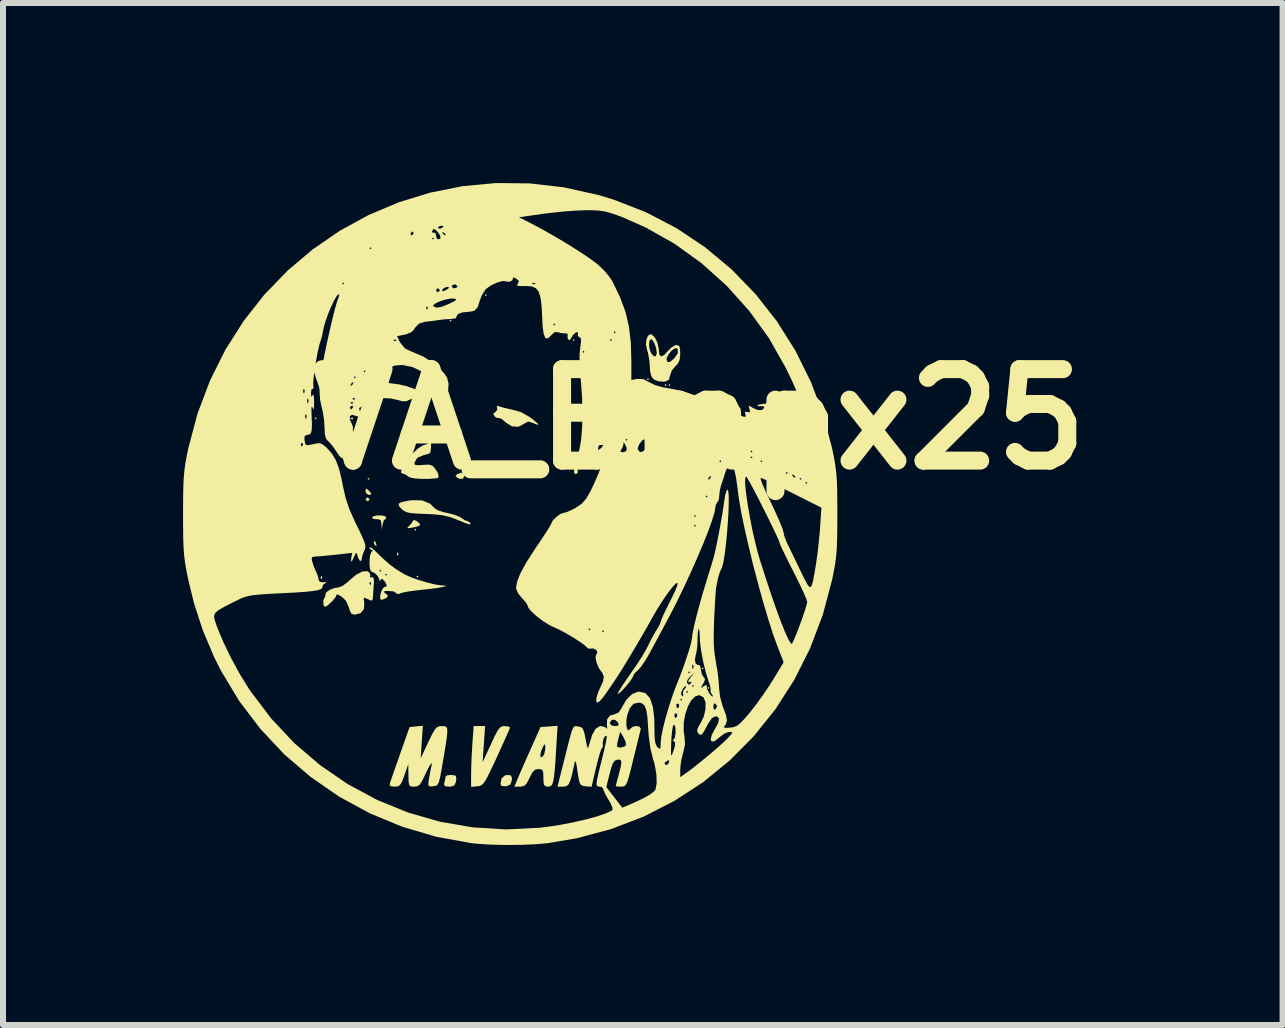
<source format=kicad_pcb>
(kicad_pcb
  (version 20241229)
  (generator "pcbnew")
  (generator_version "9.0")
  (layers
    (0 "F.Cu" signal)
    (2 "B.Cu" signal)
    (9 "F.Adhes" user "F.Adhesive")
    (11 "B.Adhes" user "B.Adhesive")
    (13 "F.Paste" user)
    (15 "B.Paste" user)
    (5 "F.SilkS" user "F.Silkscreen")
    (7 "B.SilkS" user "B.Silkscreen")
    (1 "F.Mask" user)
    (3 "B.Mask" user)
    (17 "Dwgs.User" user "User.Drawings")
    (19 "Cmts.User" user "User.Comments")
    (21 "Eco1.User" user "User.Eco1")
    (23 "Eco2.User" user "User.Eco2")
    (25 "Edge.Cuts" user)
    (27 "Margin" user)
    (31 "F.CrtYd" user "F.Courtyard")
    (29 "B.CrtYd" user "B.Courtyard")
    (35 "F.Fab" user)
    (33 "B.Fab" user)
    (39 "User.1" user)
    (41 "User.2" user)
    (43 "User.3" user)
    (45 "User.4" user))
  (footprint "MVA_Bmpx25"
    (layer "F.Cu")
    (at 7.731 3.936)
    (property "Reference" "MVA_Bmpx25" (at 0 0 0) (layer "F.SilkS") (effects (font (size 1.524 1.524) (thickness 0.3))))
    (attr board_only exclude_from_pos_files exclude_from_bom)
    (fp_poly (pts (xy -5.503 -0.016) (xy -5.52 0) (xy -5.536 -0.016) (xy -5.52 -0.033)) (stroke (width 0) (type solid)) (fill yes) (layer "F.SilkS"))
    (fp_poly (pts (xy -4.624 0.993) (xy -4.64 1.009) (xy -4.657 0.993) (xy -4.64 0.977)) (stroke (width 0) (type solid)) (fill yes) (layer "F.SilkS"))
    (fp_poly (pts (xy -4.526 -0.277) (xy -4.543 -0.261) (xy -4.559 -0.277) (xy -4.543 -0.293)) (stroke (width 0) (type solid)) (fill yes) (layer "F.SilkS"))
    (fp_poly (pts (xy -3.843 1.84) (xy -3.859 1.856) (xy -3.875 1.84) (xy -3.859 1.824)) (stroke (width 0) (type solid)) (fill yes) (layer "F.SilkS"))
    (fp_poly (pts (xy -3.81 2.621) (xy -3.826 2.638) (xy -3.843 2.621) (xy -3.826 2.605)) (stroke (width 0) (type solid)) (fill yes) (layer "F.SilkS"))
    (fp_poly (pts (xy -3.256 -1.644) (xy -3.273 -1.628) (xy -3.289 -1.644) (xy -3.273 -1.661)) (stroke (width 0) (type solid)) (fill yes) (layer "F.SilkS"))
    (fp_poly (pts (xy -2.67 -2.068) (xy -2.687 -2.052) (xy -2.703 -2.068) (xy -2.687 -2.084)) (stroke (width 0) (type solid)) (fill yes) (layer "F.SilkS"))
    (fp_poly (pts (xy -1.205 -1.319) (xy -1.221 -1.303) (xy -1.237 -1.319) (xy -1.221 -1.335)) (stroke (width 0) (type solid)) (fill yes) (layer "F.SilkS"))
    (fp_poly (pts (xy 0.033 -0.668) (xy 0.016 -0.651) (xy 0 -0.668) (xy 0.016 -0.684)) (stroke (width 0) (type solid)) (fill yes) (layer "F.SilkS"))
    (fp_poly (pts (xy 0.326 -0.57) (xy 0.309 -0.554) (xy 0.293 -0.57) (xy 0.309 -0.586)) (stroke (width 0) (type solid)) (fill yes) (layer "F.SilkS"))
    (fp_poly (pts (xy 0.391 -0.57) (xy 0.374 -0.554) (xy 0.358 -0.57) (xy 0.374 -0.586)) (stroke (width 0) (type solid)) (fill yes) (layer "F.SilkS"))
    (fp_poly (pts (xy 0.944 4.152) (xy 0.928 4.168) (xy 0.912 4.152) (xy 0.928 4.136)) (stroke (width 0) (type solid)) (fill yes) (layer "F.SilkS"))
    (fp_poly (pts (xy 1.042 4.478) (xy 1.026 4.494) (xy 1.009 4.478) (xy 1.026 4.461)) (stroke (width 0) (type solid)) (fill yes) (layer "F.SilkS"))
    (fp_poly (pts (xy 1.433 -0.179) (xy 1.417 -0.163) (xy 1.4 -0.179) (xy 1.417 -0.195)) (stroke (width 0) (type solid)) (fill yes) (layer "F.SilkS"))
    (fp_poly (pts (xy 1.563 -0.179) (xy 1.547 -0.163) (xy 1.531 -0.179) (xy 1.547 -0.195)) (stroke (width 0) (type solid)) (fill yes) (layer "F.SilkS"))
    (fp_poly (pts (xy -5.416 2.616) (xy -5.413 2.655) (xy -5.416 2.659) (xy -5.436 2.655) (xy -5.438 2.638) (xy -5.426 2.611)) (stroke (width 0) (type solid)) (fill yes) (layer "F.SilkS"))
    (fp_poly (pts (xy -4.895 -0.022) (xy -4.9 -0.002) (xy -4.917 0) (xy -4.944 -0.012) (xy -4.939 -0.022) (xy -4.9 -0.026)) (stroke (width 0) (type solid)) (fill yes) (layer "F.SilkS"))
    (fp_poly (pts (xy -4.146 2.225) (xy -4.143 2.264) (xy -4.146 2.269) (xy -4.166 2.264) (xy -4.168 2.247) (xy -4.156 2.22)) (stroke (width 0) (type solid)) (fill yes) (layer "F.SilkS"))
    (fp_poly (pts (xy -4.527 2.043) (xy -4.515 2.066) (xy -4.507 2.112) (xy -4.529 2.103) (xy -4.544 2.082) (xy -4.554 2.039) (xy -4.55 2.032)) (stroke (width 0) (type solid)) (fill yes) (layer "F.SilkS"))
    (fp_poly (pts (xy -4.961 0.541) (xy -4.966 0.554) (xy -4.995 0.585) (xy -5.001 0.586) (xy -5.014 0.561) (xy -5.015 0.554) (xy -4.99 0.522) (xy -4.98 0.521)) (stroke (width 0) (type solid)) (fill yes) (layer "F.SilkS"))
    (fp_poly (pts (xy -4.625 1.327) (xy -4.624 1.335) (xy -4.649 1.367) (xy -4.657 1.368) (xy -4.688 1.343) (xy -4.689 1.335) (xy -4.664 1.304) (xy -4.657 1.303)) (stroke (width 0) (type solid)) (fill yes) (layer "F.SilkS"))
    (fp_poly (pts (xy -3.712 -0.309) (xy -3.681 -0.28) (xy -3.68 -0.275) (xy -3.705 -0.261) (xy -3.712 -0.261) (xy -3.744 -0.286) (xy -3.745 -0.295) (xy -3.725 -0.314)) (stroke (width 0) (type solid)) (fill yes) (layer "F.SilkS"))
    (fp_poly (pts (xy -4.657 1.168) (xy -4.64 1.184) (xy -4.601 1.229) (xy -4.592 1.246) (xy -4.618 1.258) (xy -4.64 1.259) (xy -4.681 1.232) (xy -4.689 1.197) (xy -4.684 1.155)) (stroke (width 0) (type solid)) (fill yes) (layer "F.SilkS"))
    (fp_poly (pts (xy -3.051 0.915) (xy -3.045 0.944) (xy -3.067 0.992) (xy -3.124 0.994) (xy -3.159 0.976) (xy -3.191 0.946) (xy -3.165 0.917) (xy -3.159 0.912) (xy -3.092 0.89)) (stroke (width 0) (type solid)) (fill yes) (layer "F.SilkS"))
    (fp_poly (pts (xy -2.266 5.937) (xy -2.25 5.98) (xy -2.253 6.016) (xy -2.276 6.086) (xy -2.338 6.114) (xy -2.353 6.116) (xy -2.423 6.111) (xy -2.442 6.078) (xy -2.421 5.98) (xy -2.36 5.932) (xy -2.323 5.927)) (stroke (width 0) (type solid)) (fill yes) (layer "F.SilkS"))
    (fp_poly (pts (xy -3.836 1.699) (xy -3.826 1.706) (xy -3.782 1.745) (xy -3.788 1.771) (xy -3.848 1.793) (xy -3.908 1.805) (xy -3.978 1.816) (xy -3.994 1.808) (xy -3.97 1.784) (xy -3.92 1.73) (xy -3.904 1.7) (xy -3.883 1.677)) (stroke (width 0) (type solid)) (fill yes) (layer "F.SilkS"))
    (fp_poly (pts (xy -3.208 5.933) (xy -3.185 5.944) (xy -3.178 5.985) (xy -3.183 6.041) (xy -3.209 6.101) (xy -3.268 6.121) (xy -3.297 6.122) (xy -3.364 6.116) (xy -3.382 6.087) (xy -3.375 6.049) (xy -3.359 5.981) (xy -3.355 5.951) (xy -3.327 5.933) (xy -3.268 5.927)) (stroke (width 0) (type solid)) (fill yes) (layer "F.SilkS"))
    (fp_poly (pts (xy -4.371 1.613) (xy -4.347 1.629) (xy -4.349 1.659) (xy -4.36 1.661) (xy -4.387 1.689) (xy -4.405 1.75) (xy -4.419 1.84) (xy -4.424 1.748) (xy -4.437 1.683) (xy -4.477 1.665) (xy -4.499 1.667) (xy -4.56 1.661) (xy -4.581 1.642) (xy -4.563 1.618) (xy -4.505 1.604) (xy -4.433 1.602)) (stroke (width 0) (type solid)) (fill yes) (layer "F.SilkS"))
    (fp_poly (pts (xy -2.463 -0.216) (xy -2.456 -0.213) (xy -2.383 -0.19) (xy -2.284 -0.168) (xy -2.263 -0.164) (xy -2.099 -0.119) (xy -1.95 -0.034) (xy -1.878 0.021) (xy -1.817 0.076) (xy -1.81 0.095) (xy -1.858 0.08) (xy -1.903 0.06) (xy -1.975 0.039) (xy -2.031 0.064) (xy -2.046 0.076) (xy -2.143 0.125) (xy -2.251 0.118) (xy -2.352 0.055) (xy -2.361 0.046) (xy -2.42 -0.005) (xy -2.465 -0.021) (xy -2.47 -0.02) (xy -2.512 -0.025) (xy -2.54 -0.049) (xy -2.562 -0.092) (xy -2.529 -0.116) (xy -2.495 -0.158) (xy -2.499 -0.187) (xy -2.503 -0.223)) (stroke (width 0) (type solid)) (fill yes) (layer "F.SilkS"))
    (fp_poly (pts (xy -2.739 5.715) (xy -2.6 5.414) (xy -2.536 5.277) (xy -2.489 5.189) (xy -2.451 5.139) (xy -2.415 5.117) (xy -2.371 5.113) (xy -2.371 5.113) (xy -2.306 5.12) (xy -2.282 5.137) (xy -2.296 5.173) (xy -2.333 5.258) (xy -2.388 5.381) (xy -2.456 5.531) (xy -2.503 5.634) (xy -2.586 5.811) (xy -2.647 5.937) (xy -2.693 6.022) (xy -2.73 6.073) (xy -2.764 6.101) (xy -2.799 6.113) (xy -2.826 6.116) (xy -2.931 6.126) (xy -2.931 5.917) (xy -2.928 5.784) (xy -2.922 5.617) (xy -2.912 5.447) (xy -2.91 5.411) (xy -2.888 5.113) (xy -2.698 5.113)) (stroke (width 0) (type solid)) (fill yes) (layer "F.SilkS"))
    (fp_poly (pts (xy -3.748 1.352) (xy -3.615 1.407) (xy -3.533 1.487) (xy -3.485 1.517) (xy -3.395 1.547) (xy -3.324 1.563) (xy -3.214 1.59) (xy -3.126 1.624) (xy -3.093 1.645) (xy -3.035 1.684) (xy -3.003 1.693) (xy -2.954 1.717) (xy -2.947 1.726) (xy -2.939 1.748) (xy -2.958 1.751) (xy -3.015 1.734) (xy -3.118 1.693) (xy -3.175 1.669) (xy -3.293 1.626) (xy -3.413 1.599) (xy -3.557 1.584) (xy -3.691 1.578) (xy -3.843 1.572) (xy -3.945 1.563) (xy -4.013 1.546) (xy -4.061 1.519) (xy -4.09 1.495) (xy -4.135 1.443) (xy -4.135 1.405) (xy -4.085 1.379) (xy -3.977 1.357) (xy -3.916 1.349)) (stroke (width 0) (type solid)) (fill yes) (layer "F.SilkS"))
    (fp_poly (pts (xy -3.598 0.388) (xy -3.599 0.47) (xy -3.611 0.558) (xy -3.642 0.577) (xy -3.713 0.597) (xy -3.725 0.6) (xy -3.826 0.641) (xy -3.872 0.718) (xy -3.875 0.751) (xy -3.847 0.765) (xy -3.775 0.765) (xy -3.737 0.761) (xy -3.638 0.755) (xy -3.576 0.775) (xy -3.546 0.803) (xy -3.491 0.882) (xy -3.47 0.947) (xy -3.487 0.981) (xy -3.494 0.982) (xy -3.624 0.993) (xy -3.756 0.994) (xy -3.872 0.986) (xy -3.953 0.969) (xy -3.977 0.955) (xy -4.033 0.917) (xy -4.058 0.912) (xy -4.098 0.891) (xy -4.09 0.829) (xy -4.033 0.728) (xy -4.009 0.694) (xy -3.916 0.581) (xy -3.82 0.49) (xy -3.735 0.435) (xy -3.692 0.423) (xy -3.651 0.404) (xy -3.647 0.391) (xy -3.624 0.359) (xy -3.617 0.358)) (stroke (width 0) (type solid)) (fill yes) (layer "F.SilkS"))
    (fp_poly (pts (xy -1.511 5.461) (xy -1.525 5.684) (xy -1.538 5.851) (xy -1.551 5.969) (xy -1.565 6.047) (xy -1.584 6.093) (xy -1.608 6.115) (xy -1.639 6.122) (xy -1.648 6.122) (xy -1.696 6.115) (xy -1.719 6.084) (xy -1.726 6.011) (xy -1.726 5.976) (xy -1.729 5.885) (xy -1.746 5.842) (xy -1.785 5.83) (xy -1.809 5.829) (xy -1.867 5.841) (xy -1.912 5.888) (xy -1.957 5.976) (xy -2.003 6.066) (xy -2.046 6.109) (xy -2.105 6.122) (xy -2.116 6.122) (xy -2.211 6.122) (xy -2.145 5.967) (xy -2.105 5.873) (xy -2.046 5.739) (xy -1.981 5.591) (xy -1.778 5.591) (xy -1.772 5.631) (xy -1.764 5.634) (xy -1.727 5.608) (xy -1.713 5.582) (xy -1.697 5.507) (xy -1.694 5.46) (xy -1.7 5.415) (xy -1.718 5.43) (xy -1.723 5.438) (xy -1.76 5.52) (xy -1.778 5.591) (xy -1.981 5.591) (xy -1.978 5.585) (xy -1.927 5.471) (xy -1.774 5.129) (xy -1.632 5.119) (xy -1.49 5.108)) (stroke (width 0) (type solid)) (fill yes) (layer "F.SilkS"))
    (fp_poly (pts (xy -4.626 2.554) (xy -4.609 2.602) (xy -4.616 2.619) (xy -4.613 2.634) (xy -4.592 2.632) (xy -4.559 2.64) (xy -4.549 2.694) (xy -4.551 2.735) (xy -4.559 2.843) (xy -4.565 2.939) (xy -4.572 3.008) (xy -4.596 3.023) (xy -4.656 2.996) (xy -4.664 2.992) (xy -4.709 2.973) (xy -4.721 2.993) (xy -4.711 3.056) (xy -4.716 3.161) (xy -4.771 3.231) (xy -4.867 3.256) (xy -4.922 3.243) (xy -4.953 3.19) (xy -4.964 3.144) (xy -5.018 3.023) (xy -5.082 2.962) (xy -5.142 2.925) (xy -5.17 2.918) (xy -5.171 2.923) (xy -5.187 2.962) (xy -5.238 3.024) (xy -5.266 3.052) (xy -5.332 3.11) (xy -5.366 3.127) (xy -5.385 3.106) (xy -5.392 3.086) (xy -5.394 3.019) (xy -5.379 2.989) (xy -5.357 2.936) (xy -5.359 2.919) (xy -5.343 2.882) (xy -5.285 2.842) (xy -5.206 2.811) (xy -5.135 2.801) (xy -5.078 2.779) (xy -5.017 2.735) (xy -4.624 2.735) (xy -4.612 2.762) (xy -4.602 2.757) (xy -4.598 2.718) (xy -4.602 2.714) (xy -4.622 2.718) (xy -4.624 2.735) (xy -5.017 2.735) (xy -4.999 2.723) (xy -4.955 2.682) (xy -4.845 2.59) (xy -4.745 2.538) (xy -4.664 2.531)) (stroke (width 0) (type solid)) (fill yes) (layer "F.SilkS"))
    (fp_poly (pts (xy -3.771 5.65) (xy -3.645 5.381) (xy -3.583 5.254) (xy -3.538 5.174) (xy -3.5 5.132) (xy -3.46 5.115) (xy -3.42 5.113) (xy -3.377 5.114) (xy -3.348 5.123) (xy -3.331 5.15) (xy -3.327 5.203) (xy -3.334 5.291) (xy -3.353 5.422) (xy -3.384 5.605) (xy -3.397 5.682) (xy -3.426 5.854) (xy -3.449 5.972) (xy -3.468 6.046) (xy -3.489 6.088) (xy -3.515 6.108) (xy -3.55 6.115) (xy -3.561 6.116) (xy -3.618 6.12) (xy -3.642 6.102) (xy -3.641 6.045) (xy -3.632 5.986) (xy -3.614 5.885) (xy -3.598 5.804) (xy -3.594 5.788) (xy -3.584 5.735) (xy -3.596 5.735) (xy -3.628 5.784) (xy -3.675 5.875) (xy -3.699 5.927) (xy -3.75 6.033) (xy -3.79 6.092) (xy -3.833 6.117) (xy -3.88 6.122) (xy -3.932 6.119) (xy -3.96 6.099) (xy -3.972 6.046) (xy -3.975 5.945) (xy -3.975 5.935) (xy -3.978 5.748) (xy -4.043 5.935) (xy -4.082 6.039) (xy -4.116 6.095) (xy -4.156 6.118) (xy -4.206 6.122) (xy -4.273 6.115) (xy -4.289 6.086) (xy -4.284 6.065) (xy -4.267 6.015) (xy -4.233 5.916) (xy -4.186 5.781) (xy -4.13 5.624) (xy -4.111 5.568) (xy -3.956 5.129) (xy -3.846 5.118) (xy -3.735 5.108)) (stroke (width 0) (type solid)) (fill yes) (layer "F.SilkS"))
    (fp_poly (pts (xy 0.076 -1.414) (xy 0.128 -1.366) (xy 0.172 -1.28) (xy 0.195 -1.182) (xy 0.196 -1.163) (xy 0.207 -1.073) (xy 0.24 -1.045) (xy 0.295 -1.078) (xy 0.336 -1.125) (xy 0.405 -1.194) (xy 0.471 -1.234) (xy 0.49 -1.237) (xy 0.53 -1.227) (xy 0.549 -1.186) (xy 0.554 -1.096) (xy 0.554 -1.093) (xy 0.544 -0.988) (xy 0.51 -0.92) (xy 0.475 -0.887) (xy 0.413 -0.811) (xy 0.385 -0.73) (xy 0.366 -0.66) (xy 0.313 -0.631) (xy 0.277 -0.625) (xy 0.184 -0.634) (xy 0.116 -0.662) (xy 0.074 -0.713) (xy 0.052 -0.797) (xy 0.047 -0.884) (xy 0.036 -1.004) (xy 0.326 -1.004) (xy 0.341 -0.952) (xy 0.386 -0.957) (xy 0.455 -1.016) (xy 0.514 -1.102) (xy 0.511 -1.169) (xy 0.499 -1.183) (xy 0.462 -1.181) (xy 0.41 -1.142) (xy 0.36 -1.083) (xy 0.329 -1.023) (xy 0.326 -1.004) (xy 0.036 -1.004) (xy 0.036 -1.005) (xy 0.014 -1.115) (xy 0.001 -1.156) (xy -0.017 -1.242) (xy 0.034 -1.242) (xy 0.045 -1.162) (xy 0.066 -1.105) (xy 0.111 -1.051) (xy 0.148 -1.051) (xy 0.163 -1.105) (xy 0.151 -1.189) (xy 0.122 -1.27) (xy 0.086 -1.325) (xy 0.066 -1.335) (xy 0.041 -1.308) (xy 0.034 -1.242) (xy -0.017 -1.242) (xy -0.018 -1.244) (xy -0.01 -1.329) (xy 0.018 -1.393) (xy 0.062 -1.417)) (stroke (width 0) (type solid)) (fill yes) (layer "F.SilkS"))
    (fp_poly (pts (xy -4.556 2.17) (xy -4.535 2.19) (xy -4.402 2.319) (xy -4.294 2.414) (xy -4.195 2.489) (xy -4.086 2.557) (xy -4.023 2.593) (xy -3.93 2.634) (xy -3.801 2.68) (xy -3.661 2.721) (xy -3.531 2.753) (xy -3.434 2.768) (xy -3.422 2.768) (xy -3.359 2.772) (xy -3.354 2.781) (xy -3.401 2.795) (xy -3.491 2.811) (xy -3.62 2.828) (xy -3.651 2.831) (xy -3.834 2.851) (xy -3.963 2.868) (xy -4.048 2.883) (xy -4.102 2.897) (xy -4.128 2.91) (xy -4.167 2.911) (xy -4.174 2.901) (xy -4.22 2.869) (xy -4.323 2.861) (xy -4.345 2.862) (xy -4.389 2.869) (xy -4.374 2.89) (xy -4.353 2.906) (xy -4.316 2.941) (xy -4.333 2.968) (xy -4.362 2.987) (xy -4.417 3.008) (xy -4.442 3.001) (xy -4.448 2.95) (xy -4.431 2.88) (xy -4.403 2.819) (xy -4.371 2.792) (xy -4.368 2.792) (xy -4.335 2.784) (xy -4.349 2.736) (xy -4.378 2.693) (xy -4.416 2.656) (xy -4.439 2.676) (xy -4.439 2.677) (xy -4.454 2.702) (xy -4.459 2.676) (xy -4.485 2.615) (xy -4.511 2.589) (xy -4.364 2.589) (xy -4.347 2.605) (xy -4.331 2.589) (xy -4.347 2.573) (xy -4.364 2.589) (xy -4.511 2.589) (xy -4.54 2.56) (xy -4.589 2.54) (xy -4.602 2.524) (xy -4.461 2.524) (xy -4.445 2.54) (xy -4.429 2.524) (xy -4.445 2.507) (xy -4.461 2.524) (xy -4.602 2.524) (xy -4.611 2.512) (xy -4.623 2.442) (xy -4.623 2.354) (xy -4.614 2.27) (xy -4.595 2.214) (xy -4.583 2.203) (xy -4.559 2.189) (xy -4.583 2.184) (xy -4.621 2.156) (xy -4.624 2.141) (xy -4.605 2.135)) (stroke (width 0) (type solid)) (fill yes) (layer "F.SilkS"))
    (fp_poly (pts (xy -1.953 -3.93) (xy -1.382 -3.864) (xy -0.808 -3.736) (xy -0.559 -3.661) (xy -0.018 -3.45) (xy 0.492 -3.184) (xy 0.968 -2.866) (xy 1.408 -2.499) (xy 1.807 -2.088) (xy 2.163 -1.635) (xy 2.472 -1.145) (xy 2.732 -0.62) (xy 2.94 -0.065) (xy 3.085 0.485) (xy 3.115 0.633) (xy 3.137 0.761) (xy 3.153 0.884) (xy 3.163 1.017) (xy 3.169 1.173) (xy 3.171 1.368) (xy 3.172 1.579) (xy 3.171 1.819) (xy 3.168 2.008) (xy 3.162 2.16) (xy 3.151 2.291) (xy 3.135 2.414) (xy 3.111 2.544) (xy 3.085 2.674) (xy 2.928 3.263) (xy 2.716 3.821) (xy 2.452 4.346) (xy 2.139 4.833) (xy 1.78 5.281) (xy 1.378 5.686) (xy 0.936 6.047) (xy 0.457 6.359) (xy -0.057 6.622) (xy -0.601 6.83) (xy -1.174 6.983) (xy -1.66 7.065) (xy -1.859 7.082) (xy -2.098 7.092) (xy -2.354 7.094) (xy -2.605 7.088) (xy -2.827 7.074) (xy -2.931 7.063) (xy -3.517 6.956) (xy -4.081 6.789) (xy -4.62 6.566) (xy -5.129 6.289) (xy -5.605 5.96) (xy -6.044 5.584) (xy -6.441 5.161) (xy -6.794 4.697) (xy -7.098 4.192) (xy -7.216 3.957) (xy -7.402 3.515) (xy -7.481 3.274) (xy -7.214 3.274) (xy -7.207 3.334) (xy -7.179 3.418) (xy -7.165 3.459) (xy -7.064 3.703) (xy -6.934 3.973) (xy -6.785 4.246) (xy -6.63 4.497) (xy -6.611 4.525) (xy -6.264 4.984) (xy -5.875 5.398) (xy -5.448 5.763) (xy -4.988 6.079) (xy -4.499 6.342) (xy -3.986 6.552) (xy -3.455 6.705) (xy -2.908 6.8) (xy -2.352 6.835) (xy -1.789 6.807) (xy -1.658 6.791) (xy -1.442 6.758) (xy -1.225 6.716) (xy -1.02 6.669) (xy -0.839 6.62) (xy -0.695 6.571) (xy -0.598 6.527) (xy -0.575 6.511) (xy -0.576 6.473) (xy -0.606 6.4) (xy -0.638 6.346) (xy -0.689 6.257) (xy -0.722 6.186) (xy -0.727 6.163) (xy -0.754 6.129) (xy -0.755 6.129) (xy -0.678 6.129) (xy -0.545 6.301) (xy -0.412 6.472) (xy -0.296 6.424) (xy -0.194 6.379) (xy -0.074 6.322) (xy -0.028 6.299) (xy 0.062 6.245) (xy 0.126 6.193) (xy 0.142 6.17) (xy 0.162 6.058) (xy 0.158 5.964) (xy 0.554 5.964) (xy 0.659 5.89) (xy 0.732 5.837) (xy 0.836 5.755) (xy 0.955 5.659) (xy 1.009 5.614) (xy 1.128 5.514) (xy 1.239 5.416) (xy 1.324 5.337) (xy 1.349 5.311) (xy 1.407 5.248) (xy 1.422 5.219) (xy 1.397 5.211) (xy 1.372 5.21) (xy 1.3 5.232) (xy 1.223 5.287) (xy 1.218 5.292) (xy 1.134 5.359) (xy 1.08 5.372) (xy 1.06 5.337) (xy 1.079 5.26) (xy 1.122 5.18) (xy 1.186 5.062) (xy 1.201 4.987) (xy 1.167 4.953) (xy 1.142 4.95) (xy 1.081 4.981) (xy 1.016 5.077) (xy 1.005 5.099) (xy 0.951 5.201) (xy 0.913 5.252) (xy 0.882 5.259) (xy 0.85 5.23) (xy 0.849 5.229) (xy 0.834 5.187) (xy 0.855 5.126) (xy 0.894 5.062) (xy 0.947 4.953) (xy 0.975 4.831) (xy 0.975 4.787) (xy 1.107 4.787) (xy 1.114 4.839) (xy 1.138 4.833) (xy 1.146 4.826) (xy 1.169 4.782) (xy 1.146 4.748) (xy 1.117 4.732) (xy 1.107 4.771) (xy 1.107 4.787) (xy 0.975 4.787) (xy 0.975 4.718) (xy 0.944 4.638) (xy 0.938 4.631) (xy 0.871 4.597) (xy 0.803 4.618) (xy 0.738 4.684) (xy 0.682 4.784) (xy 0.639 4.909) (xy 0.613 5.047) (xy 0.611 5.19) (xy 0.624 5.284) (xy 0.634 5.419) (xy 0.603 5.555) (xy 0.572 5.678) (xy 0.555 5.803) (xy 0.554 5.832) (xy 0.554 5.964) (xy 0.158 5.964) (xy 0.156 5.91) (xy 0.126 5.747) (xy 0.123 5.735) (xy 0.293 5.735) (xy 0.311 5.763) (xy 0.347 5.75) (xy 0.369 5.717) (xy 0.368 5.684) (xy 0.34 5.688) (xy 0.298 5.72) (xy 0.293 5.735) (xy 0.123 5.735) (xy 0.098 5.652) (xy 0.062 5.507) (xy 0.4 5.507) (xy 0.4 5.581) (xy 0.406 5.604) (xy 0.42 5.582) (xy 0.442 5.522) (xy 0.442 5.522) (xy 0.469 5.435) (xy 0.467 5.387) (xy 0.448 5.368) (xy 0.429 5.345) (xy 0.44 5.341) (xy 0.462 5.312) (xy 0.475 5.239) (xy 0.477 5.209) (xy 0.472 5.126) (xy 0.454 5.089) (xy 0.447 5.089) (xy 0.43 5.124) (xy 0.416 5.209) (xy 0.406 5.328) (xy 0.404 5.375) (xy 0.4 5.507) (xy 0.062 5.507) (xy 0.057 5.488) (xy 0.029 5.281) (xy 0.019 5.14) (xy 0.007 4.964) (xy -0.012 4.843) (xy -0.042 4.769) (xy -0.086 4.732) (xy -0.147 4.722) (xy -0.226 4.743) (xy -0.286 4.814) (xy -0.327 4.922) (xy -0.343 5.006) (xy -0.344 5.089) (xy -0.334 5.154) (xy -0.315 5.186) (xy -0.29 5.17) (xy -0.288 5.167) (xy -0.242 5.126) (xy -0.18 5.111) (xy -0.126 5.122) (xy -0.103 5.158) (xy -0.105 5.17) (xy -0.118 5.221) (xy -0.143 5.322) (xy -0.177 5.46) (xy -0.217 5.622) (xy -0.23 5.674) (xy -0.273 5.85) (xy -0.306 5.973) (xy -0.332 6.052) (xy -0.356 6.096) (xy -0.381 6.116) (xy -0.413 6.122) (xy -0.43 6.122) (xy -0.496 6.12) (xy -0.521 6.114) (xy -0.513 6.081) (xy -0.493 6.003) (xy -0.472 5.927) (xy -0.439 5.797) (xy -0.427 5.719) (xy -0.436 5.68) (xy -0.468 5.67) (xy -0.495 5.672) (xy -0.536 5.689) (xy -0.569 5.734) (xy -0.6 5.821) (xy -0.622 5.906) (xy -0.678 6.129) (xy -0.755 6.129) (xy -0.787 6.122) (xy -0.818 6.119) (xy -0.836 6.105) (xy -0.841 6.07) (xy -0.832 6.003) (xy -0.808 5.897) (xy -0.77 5.74) (xy -0.751 5.667) (xy -0.715 5.52) (xy -0.693 5.422) (xy -0.499 5.422) (xy -0.494 5.46) (xy -0.461 5.47) (xy -0.44 5.471) (xy -0.375 5.455) (xy -0.35 5.43) (xy -0.356 5.376) (xy -0.389 5.302) (xy -0.391 5.298) (xy -0.447 5.207) (xy -0.481 5.339) (xy -0.499 5.422) (xy -0.693 5.422) (xy -0.688 5.397) (xy -0.673 5.312) (xy -0.671 5.277) (xy -0.699 5.281) (xy -0.725 5.325) (xy -0.738 5.384) (xy -0.736 5.414) (xy -0.735 5.461) (xy -0.746 5.471) (xy -0.763 5.5) (xy -0.79 5.58) (xy -0.822 5.697) (xy -0.847 5.798) (xy -0.924 6.125) (xy -1.024 6.116) (xy -1.076 6.107) (xy -1.109 6.085) (xy -1.129 6.035) (xy -1.147 5.941) (xy -1.157 5.878) (xy -1.174 5.763) (xy -1.187 5.706) (xy -1.198 5.701) (xy -1.209 5.74) (xy -1.214 5.762) (xy -1.249 5.919) (xy -1.278 6.022) (xy -1.306 6.083) (xy -1.339 6.113) (xy -1.383 6.122) (xy -1.398 6.122) (xy -1.491 6.122) (xy -1.395 5.739) (xy -1.341 5.524) (xy -1.301 5.365) (xy -1.27 5.252) (xy -1.247 5.178) (xy -1.227 5.136) (xy -1.208 5.117) (xy -1.187 5.113) (xy -1.16 5.117) (xy -1.147 5.119) (xy -1.097 5.131) (xy -1.066 5.163) (xy -1.043 5.231) (xy -1.024 5.324) (xy -1.004 5.428) (xy -0.99 5.474) (xy -0.978 5.469) (xy -0.964 5.422) (xy -0.913 5.258) (xy -0.855 5.157) (xy -0.787 5.114) (xy -0.768 5.113) (xy -0.7 5.128) (xy -0.67 5.153) (xy -0.662 5.156) (xy -0.668 5.107) (xy -0.669 5.101) (xy -0.668 5.067) (xy -0.619 5.067) (xy -0.59 5.103) (xy -0.536 5.113) (xy -0.479 5.106) (xy -0.475 5.076) (xy -0.488 5.049) (xy -0.534 5.007) (xy -0.587 5.01) (xy -0.618 5.053) (xy -0.619 5.067) (xy -0.668 5.067) (xy -0.665 5) (xy -0.614 4.936) (xy -0.541 4.917) (xy -0.471 4.886) (xy -0.429 4.822) (xy -0.345 4.675) (xy -0.248 4.579) (xy -0.144 4.539) (xy -0.042 4.558) (xy -0.019 4.571) (xy 0.051 4.651) (xy 0.097 4.788) (xy 0.121 4.982) (xy 0.124 5.14) (xy 0.126 5.288) (xy 0.137 5.384) (xy 0.159 5.444) (xy 0.175 5.464) (xy 0.209 5.492) (xy 0.224 5.478) (xy 0.228 5.412) (xy 0.228 5.388) (xy 0.239 5.286) (xy 0.269 5.139) (xy 0.314 4.963) (xy 0.324 4.932) (xy 0.456 4.932) (xy 0.467 4.979) (xy 0.495 4.964) (xy 0.503 4.952) (xy 0.499 4.91) (xy 0.489 4.901) (xy 0.461 4.908) (xy 0.456 4.932) (xy 0.324 4.932) (xy 0.369 4.775) (xy 0.371 4.769) (xy 0.488 4.769) (xy 0.499 4.816) (xy 0.527 4.802) (xy 0.536 4.789) (xy 0.532 4.747) (xy 0.522 4.738) (xy 0.493 4.745) (xy 0.488 4.769) (xy 0.371 4.769) (xy 0.403 4.673) (xy 0.554 4.673) (xy 0.57 4.689) (xy 0.586 4.673) (xy 0.57 4.657) (xy 0.554 4.673) (xy 0.403 4.673) (xy 0.43 4.59) (xy 0.445 4.551) (xy 0.57 4.551) (xy 0.57 4.592) (xy 0.6 4.623) (xy 0.605 4.598) (xy 0.599 4.579) (xy 0.602 4.543) (xy 0.651 4.543) (xy 0.668 4.559) (xy 0.684 4.543) (xy 0.668 4.526) (xy 0.651 4.543) (xy 0.602 4.543) (xy 0.603 4.526) (xy 0.616 4.511) (xy 0.65 4.465) (xy 0.651 4.452) (xy 0.636 4.447) (xy 0.601 4.487) (xy 0.57 4.551) (xy 0.445 4.551) (xy 0.485 4.445) (xy 0.749 4.445) (xy 0.765 4.461) (xy 0.782 4.445) (xy 0.765 4.429) (xy 0.749 4.445) (xy 0.485 4.445) (xy 0.493 4.424) (xy 0.504 4.396) (xy 0.506 4.391) (xy 0.665 4.391) (xy 0.666 4.393) (xy 0.698 4.427) (xy 0.731 4.399) (xy 0.736 4.391) (xy 0.74 4.369) (xy 0.721 4.377) (xy 0.688 4.386) (xy 0.692 4.354) (xy 0.733 4.293) (xy 0.74 4.285) (xy 0.774 4.242) (xy 0.768 4.243) (xy 0.719 4.287) (xy 0.673 4.345) (xy 0.665 4.391) (xy 0.506 4.391) (xy 0.557 4.265) (xy 0.574 4.217) (xy 0.684 4.217) (xy 0.7 4.233) (xy 0.716 4.217) (xy 0.7 4.201) (xy 0.684 4.217) (xy 0.574 4.217) (xy 0.611 4.117) (xy 0.752 4.117) (xy 0.758 4.159) (xy 0.769 4.159) (xy 0.776 4.116) (xy 0.771 4.097) (xy 0.757 4.085) (xy 0.752 4.117) (xy 0.611 4.117) (xy 0.612 4.116) (xy 0.649 4.006) (xy 0.798 4.006) (xy 0.81 4.069) (xy 0.844 4.096) (xy 0.859 4.093) (xy 0.887 4.11) (xy 0.899 4.176) (xy 0.915 4.254) (xy 0.945 4.299) (xy 0.968 4.329) (xy 0.952 4.38) (xy 0.929 4.418) (xy 0.902 4.468) (xy 0.907 4.475) (xy 0.914 4.469) (xy 0.962 4.437) (xy 0.997 4.43) (xy 0.997 4.454) (xy 0.996 4.456) (xy 1.002 4.498) (xy 1.033 4.559) (xy 1.072 4.61) (xy 1.097 4.624) (xy 1.096 4.604) (xy 1.079 4.58) (xy 1.056 4.535) (xy 1.06 4.519) (xy 1.06 4.481) (xy 1.04 4.406) (xy 1.029 4.376) (xy 0.982 4.226) (xy 0.938 4.047) (xy 0.903 3.863) (xy 0.883 3.7) (xy 0.879 3.627) (xy 0.876 3.542) (xy 0.866 3.496) (xy 0.86 3.493) (xy 0.849 3.534) (xy 0.843 3.618) (xy 0.842 3.68) (xy 0.837 3.794) (xy 0.822 3.893) (xy 0.813 3.926) (xy 0.798 4.006) (xy 0.649 4.006) (xy 0.663 3.965) (xy 0.707 3.827) (xy 0.737 3.718) (xy 0.749 3.654) (xy 0.749 3.652) (xy 0.758 3.578) (xy 0.783 3.454) (xy 0.821 3.295) (xy 0.869 3.113) (xy 0.923 2.922) (xy 0.964 2.784) (xy 1.012 2.629) (xy 1.056 2.485) (xy 1.091 2.37) (xy 1.108 2.312) (xy 1.134 2.209) (xy 1.166 2.06) (xy 1.2 1.884) (xy 1.234 1.7) (xy 1.263 1.527) (xy 1.284 1.384) (xy 1.287 1.36) (xy 1.304 1.259) (xy 1.326 1.191) (xy 1.342 1.172) (xy 1.356 1.203) (xy 1.362 1.286) (xy 1.362 1.41) (xy 1.357 1.565) (xy 1.346 1.737) (xy 1.332 1.915) (xy 1.315 2.088) (xy 1.296 2.244) (xy 1.275 2.372) (xy 1.254 2.459) (xy 1.24 2.489) (xy 1.213 2.549) (xy 1.182 2.657) (xy 1.154 2.797) (xy 1.15 2.817) (xy 1.145 2.872) (xy 1.138 2.979) (xy 1.13 3.122) (xy 1.121 3.289) (xy 1.119 3.339) (xy 1.112 3.564) (xy 1.113 3.743) (xy 1.124 3.893) (xy 1.146 4.034) (xy 1.15 4.056) (xy 1.175 4.205) (xy 1.193 4.354) (xy 1.201 4.472) (xy 1.201 4.479) (xy 1.217 4.622) (xy 1.257 4.77) (xy 1.268 4.799) (xy 1.317 4.93) (xy 1.332 5.02) (xy 1.314 5.084) (xy 1.294 5.108) (xy 1.28 5.134) (xy 1.312 5.142) (xy 1.383 5.139) (xy 1.448 5.129) (xy 1.505 5.105) (xy 1.565 5.055) (xy 1.643 4.971) (xy 1.71 4.892) (xy 1.818 4.755) (xy 1.937 4.589) (xy 2.05 4.421) (xy 2.093 4.353) (xy 2.277 4.05) (xy 2.177 3.792) (xy 2.1 3.58) (xy 2.018 3.323) (xy 1.932 3.033) (xy 1.846 2.722) (xy 1.763 2.404) (xy 1.687 2.089) (xy 1.62 1.792) (xy 1.565 1.524) (xy 1.527 1.298) (xy 1.513 1.189) (xy 1.494 1.041) (xy 1.634 1.041) (xy 1.642 1.155) (xy 1.66 1.302) (xy 1.687 1.475) (xy 1.72 1.662) (xy 1.758 1.855) (xy 1.801 2.044) (xy 1.845 2.218) (xy 1.877 2.328) (xy 1.972 2.626) (xy 2.063 2.901) (xy 2.148 3.148) (xy 2.226 3.36) (xy 2.294 3.531) (xy 2.35 3.655) (xy 2.392 3.728) (xy 2.411 3.744) (xy 2.429 3.716) (xy 2.464 3.639) (xy 2.51 3.526) (xy 2.55 3.419) (xy 2.6 3.28) (xy 2.639 3.16) (xy 2.664 3.074) (xy 2.67 3.042) (xy 2.656 2.996) (xy 2.617 2.904) (xy 2.558 2.777) (xy 2.484 2.627) (xy 2.442 2.544) (xy 2.364 2.389) (xy 2.297 2.253) (xy 2.246 2.148) (xy 2.218 2.085) (xy 2.214 2.072) (xy 2.2 2.03) (xy 2.162 1.943) (xy 2.104 1.821) (xy 2.034 1.676) (xy 1.956 1.52) (xy 1.877 1.363) (xy 1.802 1.217) (xy 1.736 1.094) (xy 1.686 1.004) (xy 1.669 0.977) (xy 1.894 0.977) (xy 1.896 1.004) (xy 1.922 1.077) (xy 1.968 1.183) (xy 2.005 1.262) (xy 2.121 1.506) (xy 2.205 1.693) (xy 2.258 1.824) (xy 2.279 1.9) (xy 2.279 1.908) (xy 2.293 1.963) (xy 2.327 2.048) (xy 2.34 2.075) (xy 2.379 2.156) (xy 2.438 2.277) (xy 2.507 2.42) (xy 2.56 2.53) (xy 2.63 2.674) (xy 2.68 2.765) (xy 2.715 2.801) (xy 2.743 2.779) (xy 2.766 2.699) (xy 2.792 2.557) (xy 2.812 2.441) (xy 2.838 2.26) (xy 2.862 2.052) (xy 2.881 1.854) (xy 2.884 1.803) (xy 2.906 1.473) (xy 2.715 1.377) (xy 2.599 1.319) (xy 2.45 1.244) (xy 2.292 1.165) (xy 2.222 1.129) (xy 2.095 1.066) (xy 2.079 1.058) (xy 2.638 1.058) (xy 2.654 1.075) (xy 2.67 1.058) (xy 2.654 1.042) (xy 2.638 1.058) (xy 2.079 1.058) (xy 1.988 1.015) (xy 1.937 0.993) (xy 2.54 0.993) (xy 2.556 1.009) (xy 2.573 0.993) (xy 2.556 0.977) (xy 2.54 0.993) (xy 1.937 0.993) (xy 1.917 0.984) (xy 1.894 0.977) (xy 1.669 0.977) (xy 1.658 0.959) (xy 1.655 0.957) (xy 1.638 0.972) (xy 1.634 1.041) (xy 1.494 1.041) (xy 1.487 0.993) (xy 1.473 0.921) (xy 2.415 0.921) (xy 2.423 0.939) (xy 2.456 0.974) (xy 2.475 0.967) (xy 2.475 0.963) (xy 2.452 0.935) (xy 2.437 0.925) (xy 2.415 0.921) (xy 1.473 0.921) (xy 1.467 0.896) (xy 2.312 0.896) (xy 2.328 0.912) (xy 2.345 0.896) (xy 2.328 0.879) (xy 2.312 0.896) (xy 1.467 0.896) (xy 1.459 0.858) (xy 1.427 0.78) (xy 1.397 0.756) (xy 1.354 0.776) (xy 1.315 0.855) (xy 1.305 0.886) (xy 1.272 0.991) (xy 1.241 1.082) (xy 1.234 1.101) (xy 1.212 1.192) (xy 1.205 1.27) (xy 1.195 1.344) (xy 1.172 1.384) (xy 1.145 1.43) (xy 1.14 1.466) (xy 1.126 1.55) (xy 1.085 1.684) (xy 1.022 1.859) (xy 0.94 2.068) (xy 0.841 2.301) (xy 0.73 2.552) (xy 0.61 2.81) (xy 0.488 3.061) (xy 0.443 3.149) (xy 0.376 3.277) (xy 0.284 3.45) (xy 0.165 3.672) (xy 0.042 3.901) (xy -0.027 4.018) (xy -0.094 4.117) (xy -0.148 4.18) (xy -0.157 4.187) (xy -0.211 4.238) (xy -0.229 4.276) (xy -0.248 4.316) (xy -0.292 4.379) (xy -0.351 4.451) (xy -0.411 4.517) (xy -0.461 4.565) (xy -0.487 4.578) (xy -0.488 4.574) (xy -0.47 4.535) (xy -0.422 4.456) (xy -0.35 4.348) (xy -0.269 4.232) (xy -0.173 4.093) (xy -0.085 3.957) (xy -0.017 3.841) (xy 0.016 3.777) (xy 0.073 3.662) (xy 0.136 3.55) (xy 0.154 3.521) (xy 0.201 3.442) (xy 0.226 3.385) (xy 0.228 3.375) (xy 0.242 3.332) (xy 0.28 3.247) (xy 0.334 3.136) (xy 0.354 3.095) (xy 0.416 2.971) (xy 0.468 2.86) (xy 0.501 2.781) (xy 0.505 2.768) (xy 0.509 2.727) (xy 0.485 2.734) (xy 0.437 2.782) (xy 0.372 2.862) (xy 0.296 2.969) (xy 0.214 3.094) (xy 0.132 3.23) (xy 0.079 3.323) (xy 0.005 3.456) (xy -0.086 3.614) (xy -0.186 3.785) (xy -0.289 3.957) (xy -0.386 4.117) (xy -0.473 4.256) (xy -0.54 4.359) (xy -0.577 4.412) (xy -0.611 4.461) (xy -0.66 4.535) (xy -0.666 4.543) (xy -0.739 4.645) (xy -0.799 4.708) (xy -0.828 4.722) (xy -0.847 4.696) (xy -0.839 4.627) (xy -0.808 4.534) (xy -0.782 4.478) (xy -0.732 4.366) (xy -0.72 4.288) (xy -0.745 4.225) (xy -0.766 4.2) (xy -0.81 4.132) (xy -0.843 4.047) (xy -0.858 3.971) (xy -0.848 3.925) (xy -0.846 3.923) (xy -0.826 3.885) (xy -0.848 3.842) (xy -0.895 3.819) (xy -0.916 3.821) (xy -0.974 3.822) (xy -0.993 3.81) (xy -1.038 3.767) (xy -1.124 3.705) (xy -1.234 3.634) (xy -1.353 3.564) (xy -1.41 3.533) (xy -0.749 3.533) (xy -0.733 3.549) (xy -0.716 3.533) (xy -0.733 3.517) (xy -0.749 3.533) (xy -1.41 3.533) (xy -1.463 3.505) (xy -1.474 3.501) (xy -0.977 3.501) (xy -0.961 3.517) (xy -0.944 3.501) (xy -0.961 3.484) (xy -0.977 3.501) (xy -1.474 3.501) (xy -1.536 3.473) (xy -1.633 3.426) (xy -1.741 3.357) (xy -1.844 3.278) (xy -1.928 3.201) (xy -1.979 3.137) (xy -1.986 3.113) (xy -2.008 3.067) (xy -2.063 3.001) (xy -2.084 2.98) (xy -2.146 2.903) (xy -2.18 2.827) (xy -2.182 2.811) (xy -2.164 2.703) (xy -2.108 2.564) (xy -2.013 2.39) (xy -1.875 2.174) (xy -1.833 2.112) (xy -1.744 1.98) (xy -1.67 1.867) (xy -1.619 1.784) (xy -1.614 1.775) (xy 0.782 1.775) (xy 0.798 1.791) (xy 0.814 1.775) (xy 0.798 1.758) (xy 0.782 1.775) (xy -1.614 1.775) (xy -1.596 1.742) (xy -1.596 1.74) (xy -1.571 1.689) (xy -1.513 1.629) (xy -1.49 1.612) (xy 0.782 1.612) (xy 0.798 1.628) (xy 0.814 1.612) (xy 0.798 1.596) (xy 0.782 1.612) (xy -1.49 1.612) (xy -1.446 1.58) (xy -1.399 1.563) (xy -1.34 1.548) (xy -1.25 1.509) (xy -1.191 1.478) (xy -1.09 1.409) (xy -1.013 1.323) (xy -0.992 1.286) (xy 0.977 1.286) (xy 0.993 1.303) (xy 1.009 1.286) (xy 0.993 1.27) (xy 0.977 1.286) (xy -0.992 1.286) (xy -0.943 1.201) (xy -0.878 1.065) (xy -0.853 1.007) (xy 1.017 1.007) (xy 1.022 1.009) (xy 1.052 0.987) (xy 1.058 0.977) (xy 1.067 0.946) (xy 1.062 0.944) (xy 1.032 0.967) (xy 1.026 0.977) (xy 1.017 1.007) (xy -0.853 1.007) (xy -0.818 0.926) (xy -0.768 0.799) (xy -0.735 0.7) (xy 1.205 0.7) (xy 1.221 0.716) (xy 1.237 0.7) (xy 1.889 0.7) (xy 1.905 0.716) (xy 1.921 0.7) (xy 1.905 0.684) (xy 1.889 0.7) (xy 1.237 0.7) (xy 1.221 0.684) (xy 1.205 0.7) (xy -0.735 0.7) (xy -0.734 0.697) (xy -0.728 0.668) (xy -0.033 0.668) (xy -0.016 0.684) (xy 0 0.668) (xy -0.016 0.651) (xy -0.033 0.668) (xy -0.728 0.668) (xy -0.722 0.637) (xy -0.723 0.63) (xy -0.712 0.587) (xy -0.674 0.518) (xy -0.67 0.512) (xy -0.635 0.445) (xy -0.629 0.403) (xy -0.516 0.403) (xy -0.507 0.473) (xy -0.464 0.527) (xy -0.407 0.552) (xy -0.354 0.535) (xy -0.341 0.52) (xy -0.341 0.477) (xy -0.153 0.477) (xy -0.152 0.504) (xy -0.117 0.549) (xy -0.066 0.535) (xy -0.017 0.49) (xy 0.017 0.426) (xy 0.018 0.363) (xy -0.013 0.328) (xy -0.026 0.326) (xy -0.078 0.352) (xy -0.127 0.412) (xy -0.153 0.477) (xy -0.341 0.477) (xy -0.341 0.47) (xy -0.373 0.406) (xy -0.419 0.352) (xy -0.444 0.342) (xy -0.358 0.342) (xy -0.342 0.358) (xy -0.326 0.342) (xy -0.342 0.326) (xy -0.358 0.342) (xy -0.444 0.342) (xy -0.463 0.334) (xy -0.466 0.334) (xy -0.505 0.374) (xy -0.516 0.403) (xy -0.629 0.403) (xy -0.629 0.403) (xy -0.631 0.401) (xy -0.65 0.404) (xy -0.651 0.413) (xy -0.678 0.433) (xy -0.733 0.431) (xy -0.793 0.429) (xy -0.813 0.467) (xy -0.814 0.501) (xy -0.827 0.566) (xy -0.876 0.586) (xy -0.884 0.586) (xy -0.954 0.605) (xy -1.041 0.653) (xy -1.066 0.671) (xy -1.138 0.736) (xy -1.163 0.791) (xy -1.158 0.834) (xy -1.155 0.896) (xy -1.185 0.912) (xy -1.205 0.908) (xy -1.215 0.892) (xy -1.213 0.852) (xy -1.198 0.779) (xy -1.169 0.662) (xy -1.127 0.506) (xy -1.098 0.347) (xy -1.094 0.296) (xy 0.042 0.296) (xy 0.049 0.329) (xy 0.051 0.335) (xy 0.077 0.375) (xy 0.091 0.375) (xy 0.088 0.341) (xy 0.069 0.317) (xy 0.042 0.296) (xy -1.094 0.296) (xy -1.089 0.244) (xy -0.554 0.244) (xy -0.537 0.261) (xy 1.352 0.261) (xy 1.359 0.447) (xy 1.377 0.583) (xy 1.405 0.663) (xy 1.435 0.684) (xy 1.45 0.652) (xy 1.451 0.635) (xy 1.726 0.635) (xy 1.742 0.651) (xy 1.758 0.635) (xy 1.742 0.619) (xy 1.726 0.635) (xy 1.451 0.635) (xy 1.458 0.562) (xy 1.459 0.537) (xy 1.726 0.537) (xy 1.742 0.554) (xy 1.758 0.537) (xy 1.742 0.521) (xy 1.726 0.537) (xy 1.459 0.537) (xy 1.46 0.418) (xy 1.458 0.35) (xy 1.452 0.195) (xy 1.444 0.095) (xy 1.43 0.039) (xy 1.41 0.018) (xy 1.4 0.016) (xy 1.375 0.029) (xy 1.36 0.075) (xy 1.353 0.166) (xy 1.352 0.261) (xy -0.537 0.261) (xy -0.521 0.244) (xy -0.537 0.228) (xy -0.554 0.244) (xy -1.089 0.244) (xy -1.081 0.14) (xy -1.075 -0.102) (xy -1.082 -0.363) (xy -1.101 -0.628) (xy -1.108 -0.696) (xy -1.111 -0.733) (xy -0.619 -0.733) (xy -0.602 -0.716) (xy -0.586 -0.733) (xy -0.602 -0.749) (xy -0.619 -0.733) (xy -1.111 -0.733) (xy -1.124 -0.907) (xy -1.123 -1.093) (xy -1.12 -1.123) (xy -1.075 -1.123) (xy -1.058 -1.107) (xy -1.042 -1.123) (xy -1.058 -1.14) (xy -1.075 -1.123) (xy -1.12 -1.123) (xy -1.113 -1.184) (xy -1.1 -1.291) (xy -1.101 -1.319) (xy -0.619 -1.319) (xy -0.602 -1.303) (xy -0.586 -1.319) (xy -0.602 -1.335) (xy -0.619 -1.319) (xy -1.101 -1.319) (xy -1.102 -1.348) (xy -1.122 -1.367) (xy -1.127 -1.368) (xy -1.155 -1.391) (xy -1.151 -1.417) (xy -1.151 -1.449) (xy -0.554 -1.449) (xy -0.537 -1.433) (xy -0.521 -1.449) (xy -0.537 -1.465) (xy -0.554 -1.449) (xy -1.151 -1.449) (xy -1.151 -1.451) (xy -1.184 -1.446) (xy -1.236 -1.401) (xy -1.255 -1.364) (xy -1.284 -1.322) (xy -1.307 -1.322) (xy -1.326 -1.365) (xy -1.321 -1.389) (xy -1.326 -1.426) (xy -1.36 -1.43) (xy -1.438 -1.437) (xy -1.478 -1.449) (xy -1.536 -1.453) (xy -1.593 -1.404) (xy -1.598 -1.397) (xy -1.652 -1.346) (xy -1.693 -1.354) (xy -1.722 -1.423) (xy -1.74 -1.554) (xy -1.741 -1.579) (xy -1.563 -1.579) (xy -1.547 -1.563) (xy -1.531 -1.579) (xy -1.547 -1.596) (xy -1.563 -1.579) (xy -1.741 -1.579) (xy -1.745 -1.668) (xy -1.755 -1.873) (xy -1.773 -2.022) (xy -1.803 -2.122) (xy -1.85 -2.183) (xy -1.919 -2.213) (xy -2.015 -2.22) (xy -2.041 -2.219) (xy -2.13 -2.219) (xy -2.165 -2.229) (xy -2.157 -2.254) (xy -2.151 -2.261) (xy -2.148 -2.269) (xy -1.91 -2.269) (xy -1.906 -2.249) (xy -1.889 -2.247) (xy -1.862 -2.259) (xy -1.867 -2.269) (xy -1.906 -2.273) (xy -1.91 -2.269) (xy -2.148 -2.269) (xy -2.133 -2.302) (xy -2.169 -2.337) (xy -2.184 -2.346) (xy -2.229 -2.363) (xy -2.235 -2.351) (xy -2.241 -2.317) (xy -2.285 -2.293) (xy -2.337 -2.293) (xy -2.348 -2.298) (xy -2.407 -2.303) (xy -2.496 -2.278) (xy -2.592 -2.234) (xy -2.673 -2.179) (xy -2.693 -2.159) (xy -2.752 -2.067) (xy -2.786 -1.976) (xy -2.822 -1.865) (xy -2.877 -1.807) (xy -2.959 -1.791) (xy -3.072 -1.781) (xy -3.148 -1.755) (xy -3.173 -1.719) (xy -3.171 -1.712) (xy -3.187 -1.682) (xy -3.263 -1.671) (xy -3.37 -1.665) (xy -3.488 -1.651) (xy -3.501 -1.649) (xy -3.602 -1.634) (xy -3.685 -1.626) (xy -3.696 -1.626) (xy -3.796 -1.595) (xy -3.871 -1.519) (xy -3.883 -1.492) (xy -3.928 -1.45) (xy -4.012 -1.416) (xy -4.035 -1.411) (xy -4.165 -1.384) (xy -4.115 -1.28) (xy -4.035 -1.182) (xy -3.945 -1.137) (xy -3.724 -1.043) (xy -3.533 -0.918) (xy -3.385 -0.772) (xy -3.332 -0.694) (xy -3.306 -0.594) (xy -3.315 -0.469) (xy -3.354 -0.344) (xy -3.413 -0.252) (xy -3.474 -0.2) (xy -3.514 -0.198) (xy -3.538 -0.25) (xy -3.549 -0.362) (xy -3.55 -0.423) (xy -3.56 -0.552) (xy -3.592 -0.642) (xy -3.624 -0.688) (xy -3.75 -0.795) (xy -3.908 -0.87) (xy -4.076 -0.904) (xy -4.202 -0.895) (xy -4.28 -0.862) (xy -4.343 -0.807) (xy -4.381 -0.747) (xy -4.379 -0.697) (xy -4.366 -0.686) (xy -4.331 -0.646) (xy -4.329 -0.631) (xy -4.304 -0.606) (xy -4.272 -0.599) (xy -4.138 -0.582) (xy -3.998 -0.549) (xy -3.885 -0.509) (xy -3.872 -0.503) (xy -3.813 -0.462) (xy -3.771 -0.416) (xy -3.754 -0.378) (xy -3.771 -0.364) (xy -3.793 -0.37) (xy -3.853 -0.367) (xy -3.932 -0.336) (xy -3.937 -0.333) (xy -4.015 -0.299) (xy -4.087 -0.301) (xy -4.145 -0.319) (xy -4.271 -0.347) (xy -4.407 -0.352) (xy -4.529 -0.334) (xy -4.614 -0.295) (xy -4.618 -0.292) (xy -4.695 -0.238) (xy -4.748 -0.214) (xy -4.796 -0.188) (xy -4.789 -0.146) (xy -4.779 -0.13) (xy -4.758 -0.065) (xy -4.785 -0.036) (xy -4.848 -0.055) (xy -4.849 -0.056) (xy -4.916 -0.076) (xy -4.953 -0.049) (xy -4.949 0.013) (xy -4.929 0.052) (xy -4.901 0.123) (xy -4.901 0.193) (xy -4.924 0.242) (xy -4.964 0.25) (xy -4.992 0.258) (xy -4.989 0.315) (xy -4.972 0.368) (xy -4.949 0.361) (xy -4.944 0.353) (xy -4.923 0.334) (xy -4.925 0.373) (xy -4.925 0.374) (xy -4.946 0.419) (xy -5.001 0.433) (xy -5.049 0.432) (xy -5.119 0.43) (xy -5.134 0.442) (xy -5.113 0.464) (xy -5.08 0.514) (xy -5.062 0.579) (xy -5.063 0.633) (xy -5.083 0.651) (xy -5.113 0.626) (xy -5.161 0.562) (xy -5.182 0.529) (xy -5.242 0.443) (xy -5.3 0.376) (xy -5.315 0.364) (xy -5.351 0.319) (xy -5.354 0.307) (xy -5.178 0.307) (xy -5.161 0.352) (xy -5.145 0.358) (xy -5.123 0.342) (xy -5.08 0.342) (xy -5.064 0.358) (xy -5.047 0.342) (xy -5.064 0.326) (xy -5.08 0.342) (xy -5.123 0.342) (xy -5.113 0.335) (xy -5.113 0.328) (xy -5.136 0.283) (xy -5.145 0.277) (xy -5.173 0.284) (xy -5.178 0.307) (xy -5.354 0.307) (xy -5.369 0.239) (xy -5.373 0.137) (xy -5.383 -0.003) (xy -5.407 -0.147) (xy -5.419 -0.195) (xy -4.95 -0.195) (xy -4.939 -0.164) (xy -4.935 -0.163) (xy -4.908 -0.186) (xy -4.901 -0.195) (xy -4.903 -0.225) (xy -4.915 -0.228) (xy -4.948 -0.204) (xy -4.95 -0.195) (xy -5.419 -0.195) (xy -5.422 -0.207) (xy -5.438 -0.282) (xy -4.939 -0.282) (xy -4.934 -0.263) (xy -4.917 -0.261) (xy -4.89 -0.272) (xy -4.895 -0.282) (xy -4.934 -0.286) (xy -4.939 -0.282) (xy -5.438 -0.282) (xy -5.448 -0.332) (xy -5.449 -0.347) (xy -4.906 -0.347) (xy -4.902 -0.328) (xy -4.885 -0.326) (xy -4.858 -0.338) (xy -4.863 -0.347) (xy -4.902 -0.351) (xy -4.906 -0.347) (xy -5.449 -0.347) (xy -5.456 -0.478) (xy -5.451 -0.556) (xy -4.942 -0.556) (xy -4.937 -0.554) (xy -4.908 -0.577) (xy -4.901 -0.586) (xy -4.896 -0.602) (xy -4.461 -0.602) (xy -4.445 -0.586) (xy -4.429 -0.602) (xy -4.445 -0.619) (xy -4.461 -0.602) (xy -4.896 -0.602) (xy -4.893 -0.617) (xy -4.897 -0.619) (xy -4.927 -0.596) (xy -4.933 -0.586) (xy -4.942 -0.556) (xy -5.451 -0.556) (xy -5.444 -0.657) (xy -5.437 -0.7) (xy -4.885 -0.7) (xy -4.868 -0.684) (xy -4.852 -0.7) (xy -4.868 -0.716) (xy -4.885 -0.7) (xy -5.437 -0.7) (xy -5.423 -0.798) (xy -4.722 -0.798) (xy -4.706 -0.782) (xy -4.689 -0.798) (xy -4.461 -0.798) (xy -4.445 -0.782) (xy -4.429 -0.798) (xy -4.445 -0.814) (xy -4.461 -0.798) (xy -4.689 -0.798) (xy -4.706 -0.814) (xy -4.722 -0.798) (xy -5.423 -0.798) (xy -5.412 -0.878) (xy -5.375 -1.073) (xy -5.33 -1.287) (xy -5.322 -1.324) (xy -4.222 -1.324) (xy -4.218 -1.305) (xy -4.201 -1.303) (xy -4.174 -1.314) (xy -4.179 -1.324) (xy -4.218 -1.328) (xy -4.222 -1.324) (xy -5.322 -1.324) (xy -5.284 -1.494) (xy -5.239 -1.683) (xy -5.199 -1.842) (xy -5.195 -1.856) (xy -3.68 -1.856) (xy -3.668 -1.829) (xy -3.658 -1.834) (xy -3.654 -1.873) (xy -3.658 -1.878) (xy -3.677 -1.873) (xy -3.68 -1.856) (xy -5.195 -1.856) (xy -5.184 -1.894) (xy -3.566 -1.894) (xy -3.564 -1.886) (xy -3.513 -1.859) (xy -3.419 -1.874) (xy -3.289 -1.928) (xy -3.206 -1.969) (xy -3.177 -1.993) (xy -3.195 -2.006) (xy -3.22 -2.011) (xy -3.289 -2.009) (xy -3.378 -1.989) (xy -3.466 -1.959) (xy -3.535 -1.925) (xy -3.566 -1.894) (xy -5.184 -1.894) (xy -5.165 -1.961) (xy -5.14 -2.027) (xy -5.14 -2.027) (xy -5.127 -2.073) (xy -5.138 -2.084) (xy -5.169 -2.056) (xy -5.213 -1.981) (xy -5.264 -1.875) (xy -5.314 -1.753) (xy -5.357 -1.632) (xy -5.387 -1.527) (xy -5.396 -1.482) (xy -5.414 -1.387) (xy -5.435 -1.319) (xy -5.459 -1.242) (xy -5.486 -1.126) (xy -5.512 -0.986) (xy -5.536 -0.842) (xy -5.553 -0.71) (xy -5.562 -0.608) (xy -5.56 -0.557) (xy -5.557 -0.511) (xy -5.571 -0.507) (xy -5.592 -0.493) (xy -5.599 -0.433) (xy -5.594 -0.377) (xy -5.582 -0.38) (xy -5.572 -0.403) (xy -5.558 -0.413) (xy -5.55 -0.362) (xy -5.547 -0.289) (xy -5.549 -0.196) (xy -5.555 -0.162) (xy -5.569 -0.183) (xy -5.573 -0.195) (xy -5.586 -0.215) (xy -5.592 -0.171) (xy -5.589 -0.064) (xy -5.588 -0.049) (xy -5.583 0.097) (xy -5.588 0.189) (xy -5.606 0.239) (xy -5.64 0.259) (xy -5.663 0.261) (xy -5.703 0.276) (xy -5.709 0.331) (xy -5.706 0.354) (xy -5.694 0.412) (xy -5.667 0.433) (xy -5.606 0.425) (xy -5.563 0.415) (xy -5.48 0.398) (xy -5.422 0.408) (xy -5.361 0.453) (xy -5.326 0.487) (xy -5.247 0.577) (xy -5.185 0.682) (xy -5.134 0.816) (xy -5.09 0.993) (xy -5.065 1.123) (xy -5.021 1.314) (xy -4.958 1.501) (xy -4.866 1.709) (xy -4.839 1.763) (xy -4.766 1.913) (xy -4.72 2.017) (xy -4.696 2.087) (xy -4.692 2.136) (xy -4.703 2.175) (xy -4.71 2.187) (xy -4.743 2.269) (xy -4.753 2.327) (xy -4.765 2.364) (xy -4.79 2.352) (xy -4.817 2.299) (xy -4.827 2.263) (xy -4.84 2.225) (xy -4.857 2.24) (xy -4.879 2.288) (xy -4.913 2.359) (xy -4.931 2.372) (xy -4.93 2.325) (xy -4.926 2.302) (xy -4.912 2.227) (xy -5.183 2.257) (xy -5.319 2.271) (xy -5.436 2.282) (xy -5.516 2.287) (xy -5.528 2.287) (xy -5.579 2.296) (xy -5.587 2.337) (xy -5.579 2.37) (xy -5.547 2.466) (xy -5.515 2.538) (xy -5.482 2.618) (xy -5.471 2.674) (xy -5.451 2.712) (xy -5.384 2.716) (xy -5.381 2.716) (xy -5.335 2.713) (xy -5.346 2.722) (xy -5.349 2.723) (xy -5.397 2.758) (xy -5.406 2.783) (xy -5.413 2.811) (xy -5.439 2.833) (xy -5.492 2.85) (xy -5.579 2.864) (xy -5.71 2.877) (xy -5.891 2.889) (xy -6.089 2.899) (xy -6.295 2.91) (xy -6.449 2.92) (xy -6.563 2.932) (xy -6.649 2.947) (xy -6.721 2.968) (xy -6.791 2.998) (xy -6.872 3.038) (xy -6.887 3.045) (xy -7.037 3.122) (xy -7.136 3.178) (xy -7.193 3.225) (xy -7.214 3.274) (xy -7.481 3.274) (xy -7.549 3.063) (xy -7.644 2.674) (xy -7.674 2.526) (xy -7.696 2.398) (xy -7.712 2.275) (xy -7.722 2.142) (xy -7.728 1.986) (xy -7.73 1.791) (xy -7.731 1.579) (xy -7.73 1.34) (xy -7.727 1.151) (xy -7.721 0.998) (xy -7.71 0.868) (xy -7.694 0.745) (xy -7.67 0.615) (xy -7.644 0.485) (xy -7.627 0.423) (xy -5.78 0.423) (xy -5.778 0.453) (xy -5.766 0.456) (xy -5.733 0.432) (xy -5.731 0.423) (xy -5.742 0.392) (xy -5.746 0.391) (xy -5.773 0.414) (xy -5.78 0.423) (xy -7.627 0.423) (xy -7.501 -0.052) (xy -5.696 -0.052) (xy -5.69 -0.009) (xy -5.679 -0.009) (xy -5.671 -0.052) (xy -5.676 -0.071) (xy -5.691 -0.084) (xy -5.696 -0.052) (xy -7.501 -0.052) (xy -7.489 -0.097) (xy -7.407 -0.312) (xy -5.664 -0.312) (xy -5.658 -0.27) (xy -5.646 -0.269) (xy -5.639 -0.313) (xy -5.644 -0.332) (xy -5.658 -0.344) (xy -5.664 -0.312) (xy -7.407 -0.312) (xy -7.346 -0.475) (xy -5.729 -0.475) (xy -5.723 -0.433) (xy -5.712 -0.432) (xy -5.704 -0.476) (xy -5.709 -0.495) (xy -5.723 -0.507) (xy -5.729 -0.475) (xy -7.346 -0.475) (xy -7.281 -0.646) (xy -7.024 -1.161) (xy -6.72 -1.639) (xy -6.375 -2.078) (xy -6.305 -2.149) (xy -3.517 -2.149) (xy -3.492 -2.118) (xy -3.484 -2.117) (xy -3.453 -2.141) (xy -3.452 -2.145) (xy -3.419 -2.145) (xy -3.396 -2.134) (xy -3.351 -2.151) (xy -3.305 -2.184) (xy -3.298 -2.201) (xy -3.338 -2.205) (xy -3.391 -2.181) (xy -3.419 -2.147) (xy -3.419 -2.145) (xy -3.452 -2.145) (xy -3.452 -2.149) (xy -3.477 -2.181) (xy -3.484 -2.182) (xy -3.516 -2.157) (xy -3.517 -2.149) (xy -6.305 -2.149) (xy -6.242 -2.214) (xy -3.256 -2.214) (xy -3.23 -2.185) (xy -3.208 -2.182) (xy -3.164 -2.199) (xy -3.159 -2.214) (xy -3.185 -2.243) (xy -3.208 -2.247) (xy -3.251 -2.229) (xy -3.256 -2.214) (xy -6.242 -2.214) (xy -6.195 -2.263) (xy -5.08 -2.263) (xy -5.064 -2.247) (xy -5.047 -2.263) (xy -5.064 -2.279) (xy -5.08 -2.263) (xy -6.195 -2.263) (xy -5.99 -2.476) (xy -5.571 -2.83) (xy -5.543 -2.849) (xy -4.624 -2.849) (xy -4.608 -2.833) (xy -4.592 -2.849) (xy -4.608 -2.866) (xy -4.624 -2.849) (xy -5.543 -2.849) (xy -5.306 -3.012) (xy -3.582 -3.012) (xy -3.566 -2.996) (xy -3.549 -3.012) (xy -3.566 -3.028) (xy -3.582 -3.012) (xy -5.306 -3.012) (xy -5.187 -3.094) (xy -3.94 -3.094) (xy -3.929 -3.062) (xy -3.926 -3.061) (xy -3.898 -3.084) (xy -3.891 -3.094) (xy -3.894 -3.124) (xy -3.906 -3.126) (xy -3.939 -3.103) (xy -3.94 -3.094) (xy -5.187 -3.094) (xy -5.136 -3.129) (xy -3.582 -3.129) (xy -3.57 -3.105) (xy -3.549 -3.11) (xy -3.524 -3.1) (xy -3.517 -3.063) (xy -3.501 -3.008) (xy -3.465 -2.997) (xy -3.44 -3.02) (xy -3.446 -3.059) (xy -3.48 -3.112) (xy -3.485 -3.117) (xy -3.414 -3.117) (xy -3.406 -3.099) (xy -3.373 -3.064) (xy -3.354 -3.071) (xy -3.354 -3.075) (xy -3.377 -3.103) (xy -3.392 -3.113) (xy -3.414 -3.117) (xy -3.485 -3.117) (xy -3.523 -3.157) (xy -3.558 -3.171) (xy -3.562 -3.168) (xy -3.582 -3.129) (xy -5.136 -3.129) (xy -5.12 -3.14) (xy -5.024 -3.192) (xy -3.484 -3.192) (xy -3.46 -3.174) (xy -3.436 -3.18) (xy -3.393 -3.203) (xy -3.387 -3.211) (xy -3.413 -3.222) (xy -3.436 -3.224) (xy -3.479 -3.207) (xy -3.484 -3.192) (xy -5.024 -3.192) (xy -4.708 -3.366) (xy -2.133 -3.366) (xy -1.921 -3.258) (xy -1.735 -3.159) (xy -1.532 -3.044) (xy -1.328 -2.922) (xy -1.136 -2.801) (xy -0.97 -2.691) (xy -0.845 -2.599) (xy -0.821 -2.58) (xy -0.719 -2.483) (xy -0.629 -2.377) (xy -0.578 -2.3) (xy -0.45 -2.035) (xy -0.359 -1.791) (xy -0.301 -1.547) (xy -0.27 -1.281) (xy -0.261 -0.98) (xy -0.261 -0.653) (xy -0.165 -0.672) (xy -0.064 -0.669) (xy 0.031 -0.62) (xy 0.129 -0.571) (xy 0.266 -0.532) (xy 0.341 -0.519) (xy 0.479 -0.494) (xy 0.614 -0.461) (xy 0.691 -0.437) (xy 0.804 -0.395) (xy 0.913 -0.355) (xy 0.936 -0.347) (xy 1.007 -0.316) (xy 1.041 -0.288) (xy 1.042 -0.285) (xy 1.069 -0.265) (xy 1.105 -0.261) (xy 1.168 -0.246) (xy 1.189 -0.228) (xy 1.234 -0.201) (xy 1.28 -0.193) (xy 1.32 -0.185) (xy 1.311 -0.174) (xy 1.291 -0.149) (xy 1.322 -0.106) (xy 1.368 -0.074) (xy 1.398 -0.095) (xy 1.399 -0.096) (xy 1.43 -0.118) (xy 1.486 -0.103) (xy 1.518 -0.086) (xy 1.603 -0.044) (xy 1.642 -0.039) (xy 1.643 -0.071) (xy 1.638 -0.087) (xy 1.633 -0.126) (xy 1.674 -0.12) (xy 1.713 -0.114) (xy 1.713 -0.151) (xy 1.707 -0.17) (xy 1.695 -0.217) (xy 1.712 -0.221) (xy 1.769 -0.186) (xy 1.848 -0.153) (xy 1.916 -0.155) (xy 1.952 -0.189) (xy 1.954 -0.202) (xy 1.93 -0.221) (xy 1.906 -0.217) (xy 1.854 -0.217) (xy 1.839 -0.229) (xy 1.86 -0.243) (xy 1.929 -0.255) (xy 2.029 -0.264) (xy 2.144 -0.268) (xy 2.256 -0.266) (xy 2.322 -0.262) (xy 2.398 -0.276) (xy 2.427 -0.294) (xy 2.484 -0.314) (xy 2.511 -0.307) (xy 2.536 -0.309) (xy 2.528 -0.366) (xy 2.488 -0.478) (xy 2.415 -0.643) (xy 2.31 -0.861) (xy 2.309 -0.863) (xy 2.032 -1.351) (xy 1.703 -1.806) (xy 1.329 -2.223) (xy 0.913 -2.597) (xy 0.461 -2.923) (xy -0.02 -3.195) (xy -0.414 -3.369) (xy -0.566 -3.424) (xy -0.684 -3.459) (xy -0.796 -3.477) (xy -0.928 -3.483) (xy -1.016 -3.483) (xy -1.176 -3.477) (xy -1.372 -3.463) (xy -1.577 -3.442) (xy -1.726 -3.424) (xy -2.133 -3.366) (xy -4.708 -3.366) (xy -4.641 -3.402) (xy -4.137 -3.615) (xy -3.613 -3.776) (xy -3.072 -3.884) (xy -2.518 -3.936)) (stroke (width 0) (type solid)) (fill yes) (layer "F.SilkS")))
  (gr_rect
    (start -3 -3)
    (end 18.322 14.03)
    (stroke (width 0.1) (type default))
    (fill no)
    (layer "Edge.Cuts")))
</source>
